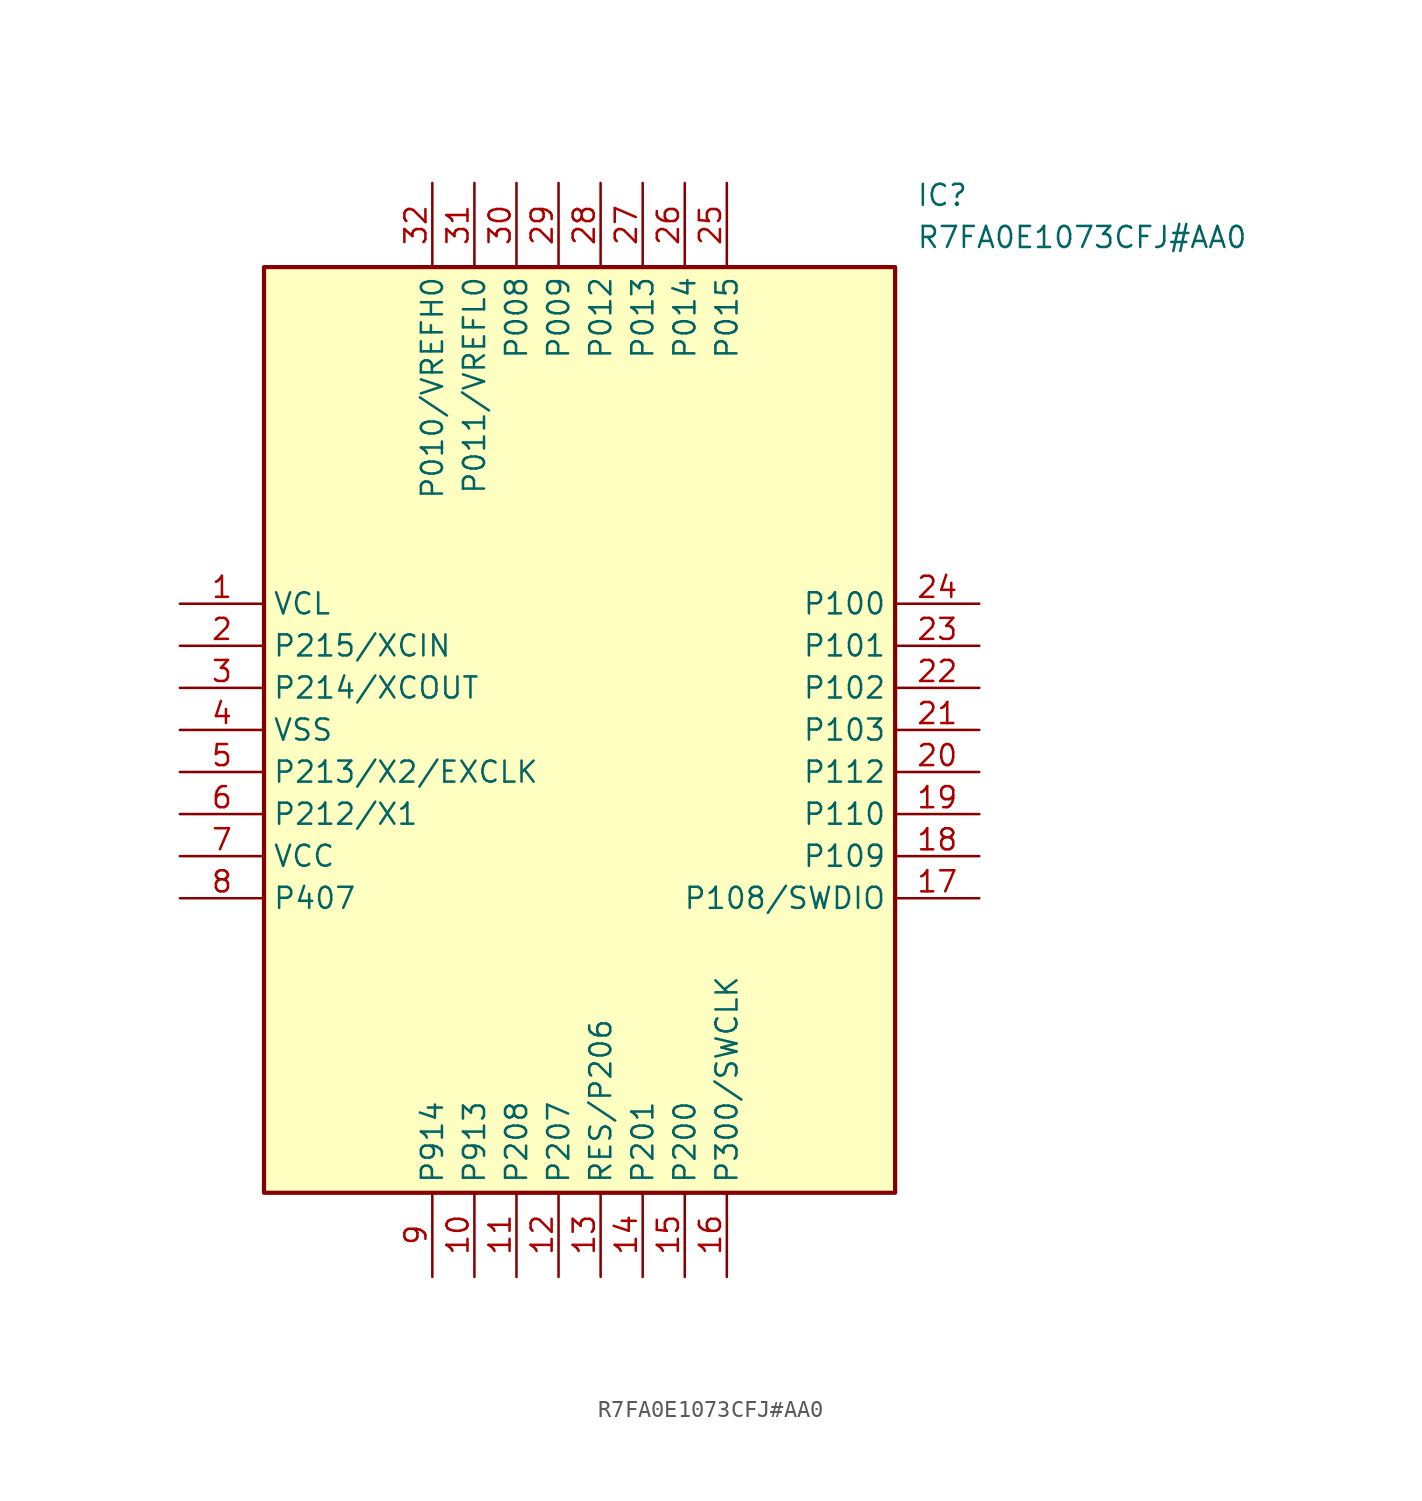
<source format=kicad_sym>
(kicad_symbol_lib
  (version 20211014)
  (generator SamacSys_ECAD_Model)
  (symbol "R7FA0E1073CFJ#AA0"
    (property "Reference" "IC"
      (at 44.45 25.4 0)
      (effects (font (size 1.27 1.27)) (justify left top)))
    (property "Value" "R7FA0E1073CFJ#AA0"
      (at 44.45 22.86 0)
      (effects (font (size 1.27 1.27)) (justify left top)))
    (rectangle
      (start 5.08 20.32)
      (end 43.18 -35.56)
      (stroke (width 0.254) (type default))
      (fill (type background)))
    (pin passive line
      (at 0 0 0)
      (length 5.08)
      (name "VCL" (effects (font (size 1.27 1.27))))
      (number "1" (effects (font (size 1.27 1.27)))))
    (pin passive line
      (at 0 -2.54 0)
      (length 5.08)
      (name "P215/XCIN" (effects (font (size 1.27 1.27))))
      (number "2" (effects (font (size 1.27 1.27)))))
    (pin passive line
      (at 0 -5.08 0)
      (length 5.08)
      (name "P214/XCOUT" (effects (font (size 1.27 1.27))))
      (number "3" (effects (font (size 1.27 1.27)))))
    (pin passive line
      (at 0 -7.62 0)
      (length 5.08)
      (name "VSS" (effects (font (size 1.27 1.27))))
      (number "4" (effects (font (size 1.27 1.27)))))
    (pin passive line
      (at 0 -10.16 0)
      (length 5.08)
      (name "P213/X2/EXCLK" (effects (font (size 1.27 1.27))))
      (number "5" (effects (font (size 1.27 1.27)))))
    (pin passive line
      (at 0 -12.7 0)
      (length 5.08)
      (name "P212/X1" (effects (font (size 1.27 1.27))))
      (number "6" (effects (font (size 1.27 1.27)))))
    (pin passive line
      (at 0 -15.24 0)
      (length 5.08)
      (name "VCC" (effects (font (size 1.27 1.27))))
      (number "7" (effects (font (size 1.27 1.27)))))
    (pin passive line
      (at 0 -17.78 0)
      (length 5.08)
      (name "P407" (effects (font (size 1.27 1.27))))
      (number "8" (effects (font (size 1.27 1.27)))))
    (pin passive line
      (at 15.24 -40.64 90)
      (length 5.08)
      (name "P914" (effects (font (size 1.27 1.27))))
      (number "9" (effects (font (size 1.27 1.27)))))
    (pin passive line
      (at 17.78 -40.64 90)
      (length 5.08)
      (name "P913" (effects (font (size 1.27 1.27))))
      (number "10" (effects (font (size 1.27 1.27)))))
    (pin passive line
      (at 20.32 -40.64 90)
      (length 5.08)
      (name "P208" (effects (font (size 1.27 1.27))))
      (number "11" (effects (font (size 1.27 1.27)))))
    (pin passive line
      (at 22.86 -40.64 90)
      (length 5.08)
      (name "P207" (effects (font (size 1.27 1.27))))
      (number "12" (effects (font (size 1.27 1.27)))))
    (pin passive line
      (at 25.4 -40.64 90)
      (length 5.08)
      (name "RES/P206" (effects (font (size 1.27 1.27))))
      (number "13" (effects (font (size 1.27 1.27)))))
    (pin passive line
      (at 27.94 -40.64 90)
      (length 5.08)
      (name "P201" (effects (font (size 1.27 1.27))))
      (number "14" (effects (font (size 1.27 1.27)))))
    (pin passive line
      (at 30.48 -40.64 90)
      (length 5.08)
      (name "P200" (effects (font (size 1.27 1.27))))
      (number "15" (effects (font (size 1.27 1.27)))))
    (pin passive line
      (at 33.02 -40.64 90)
      (length 5.08)
      (name "P300/SWCLK" (effects (font (size 1.27 1.27))))
      (number "16" (effects (font (size 1.27 1.27)))))
    (pin passive line
      (at 48.26 0 180)
      (length 5.08)
      (name "P100" (effects (font (size 1.27 1.27))))
      (number "24" (effects (font (size 1.27 1.27)))))
    (pin passive line
      (at 48.26 -2.54 180)
      (length 5.08)
      (name "P101" (effects (font (size 1.27 1.27))))
      (number "23" (effects (font (size 1.27 1.27)))))
    (pin passive line
      (at 48.26 -5.08 180)
      (length 5.08)
      (name "P102" (effects (font (size 1.27 1.27))))
      (number "22" (effects (font (size 1.27 1.27)))))
    (pin passive line
      (at 48.26 -7.62 180)
      (length 5.08)
      (name "P103" (effects (font (size 1.27 1.27))))
      (number "21" (effects (font (size 1.27 1.27)))))
    (pin passive line
      (at 48.26 -10.16 180)
      (length 5.08)
      (name "P112" (effects (font (size 1.27 1.27))))
      (number "20" (effects (font (size 1.27 1.27)))))
    (pin passive line
      (at 48.26 -12.7 180)
      (length 5.08)
      (name "P110" (effects (font (size 1.27 1.27))))
      (number "19" (effects (font (size 1.27 1.27)))))
    (pin passive line
      (at 48.26 -15.24 180)
      (length 5.08)
      (name "P109" (effects (font (size 1.27 1.27))))
      (number "18" (effects (font (size 1.27 1.27)))))
    (pin passive line
      (at 48.26 -17.78 180)
      (length 5.08)
      (name "P108/SWDIO" (effects (font (size 1.27 1.27))))
      (number "17" (effects (font (size 1.27 1.27)))))
    (pin passive line
      (at 15.24 25.4 270)
      (length 5.08)
      (name "P010/VREFH0" (effects (font (size 1.27 1.27))))
      (number "32" (effects (font (size 1.27 1.27)))))
    (pin passive line
      (at 17.78 25.4 270)
      (length 5.08)
      (name "P011/VREFL0" (effects (font (size 1.27 1.27))))
      (number "31" (effects (font (size 1.27 1.27)))))
    (pin passive line
      (at 20.32 25.4 270)
      (length 5.08)
      (name "P008" (effects (font (size 1.27 1.27))))
      (number "30" (effects (font (size 1.27 1.27)))))
    (pin passive line
      (at 22.86 25.4 270)
      (length 5.08)
      (name "P009" (effects (font (size 1.27 1.27))))
      (number "29" (effects (font (size 1.27 1.27)))))
    (pin passive line
      (at 25.4 25.4 270)
      (length 5.08)
      (name "P012" (effects (font (size 1.27 1.27))))
      (number "28" (effects (font (size 1.27 1.27)))))
    (pin passive line
      (at 27.94 25.4 270)
      (length 5.08)
      (name "P013" (effects (font (size 1.27 1.27))))
      (number "27" (effects (font (size 1.27 1.27)))))
    (pin passive line
      (at 30.48 25.4 270)
      (length 5.08)
      (name "P014" (effects (font (size 1.27 1.27))))
      (number "26" (effects (font (size 1.27 1.27)))))
    (pin passive line
      (at 33.02 25.4 270)
      (length 5.08)
      (name "P015" (effects (font (size 1.27 1.27))))
      (number "25" (effects (font (size 1.27 1.27)))))))
</source>
